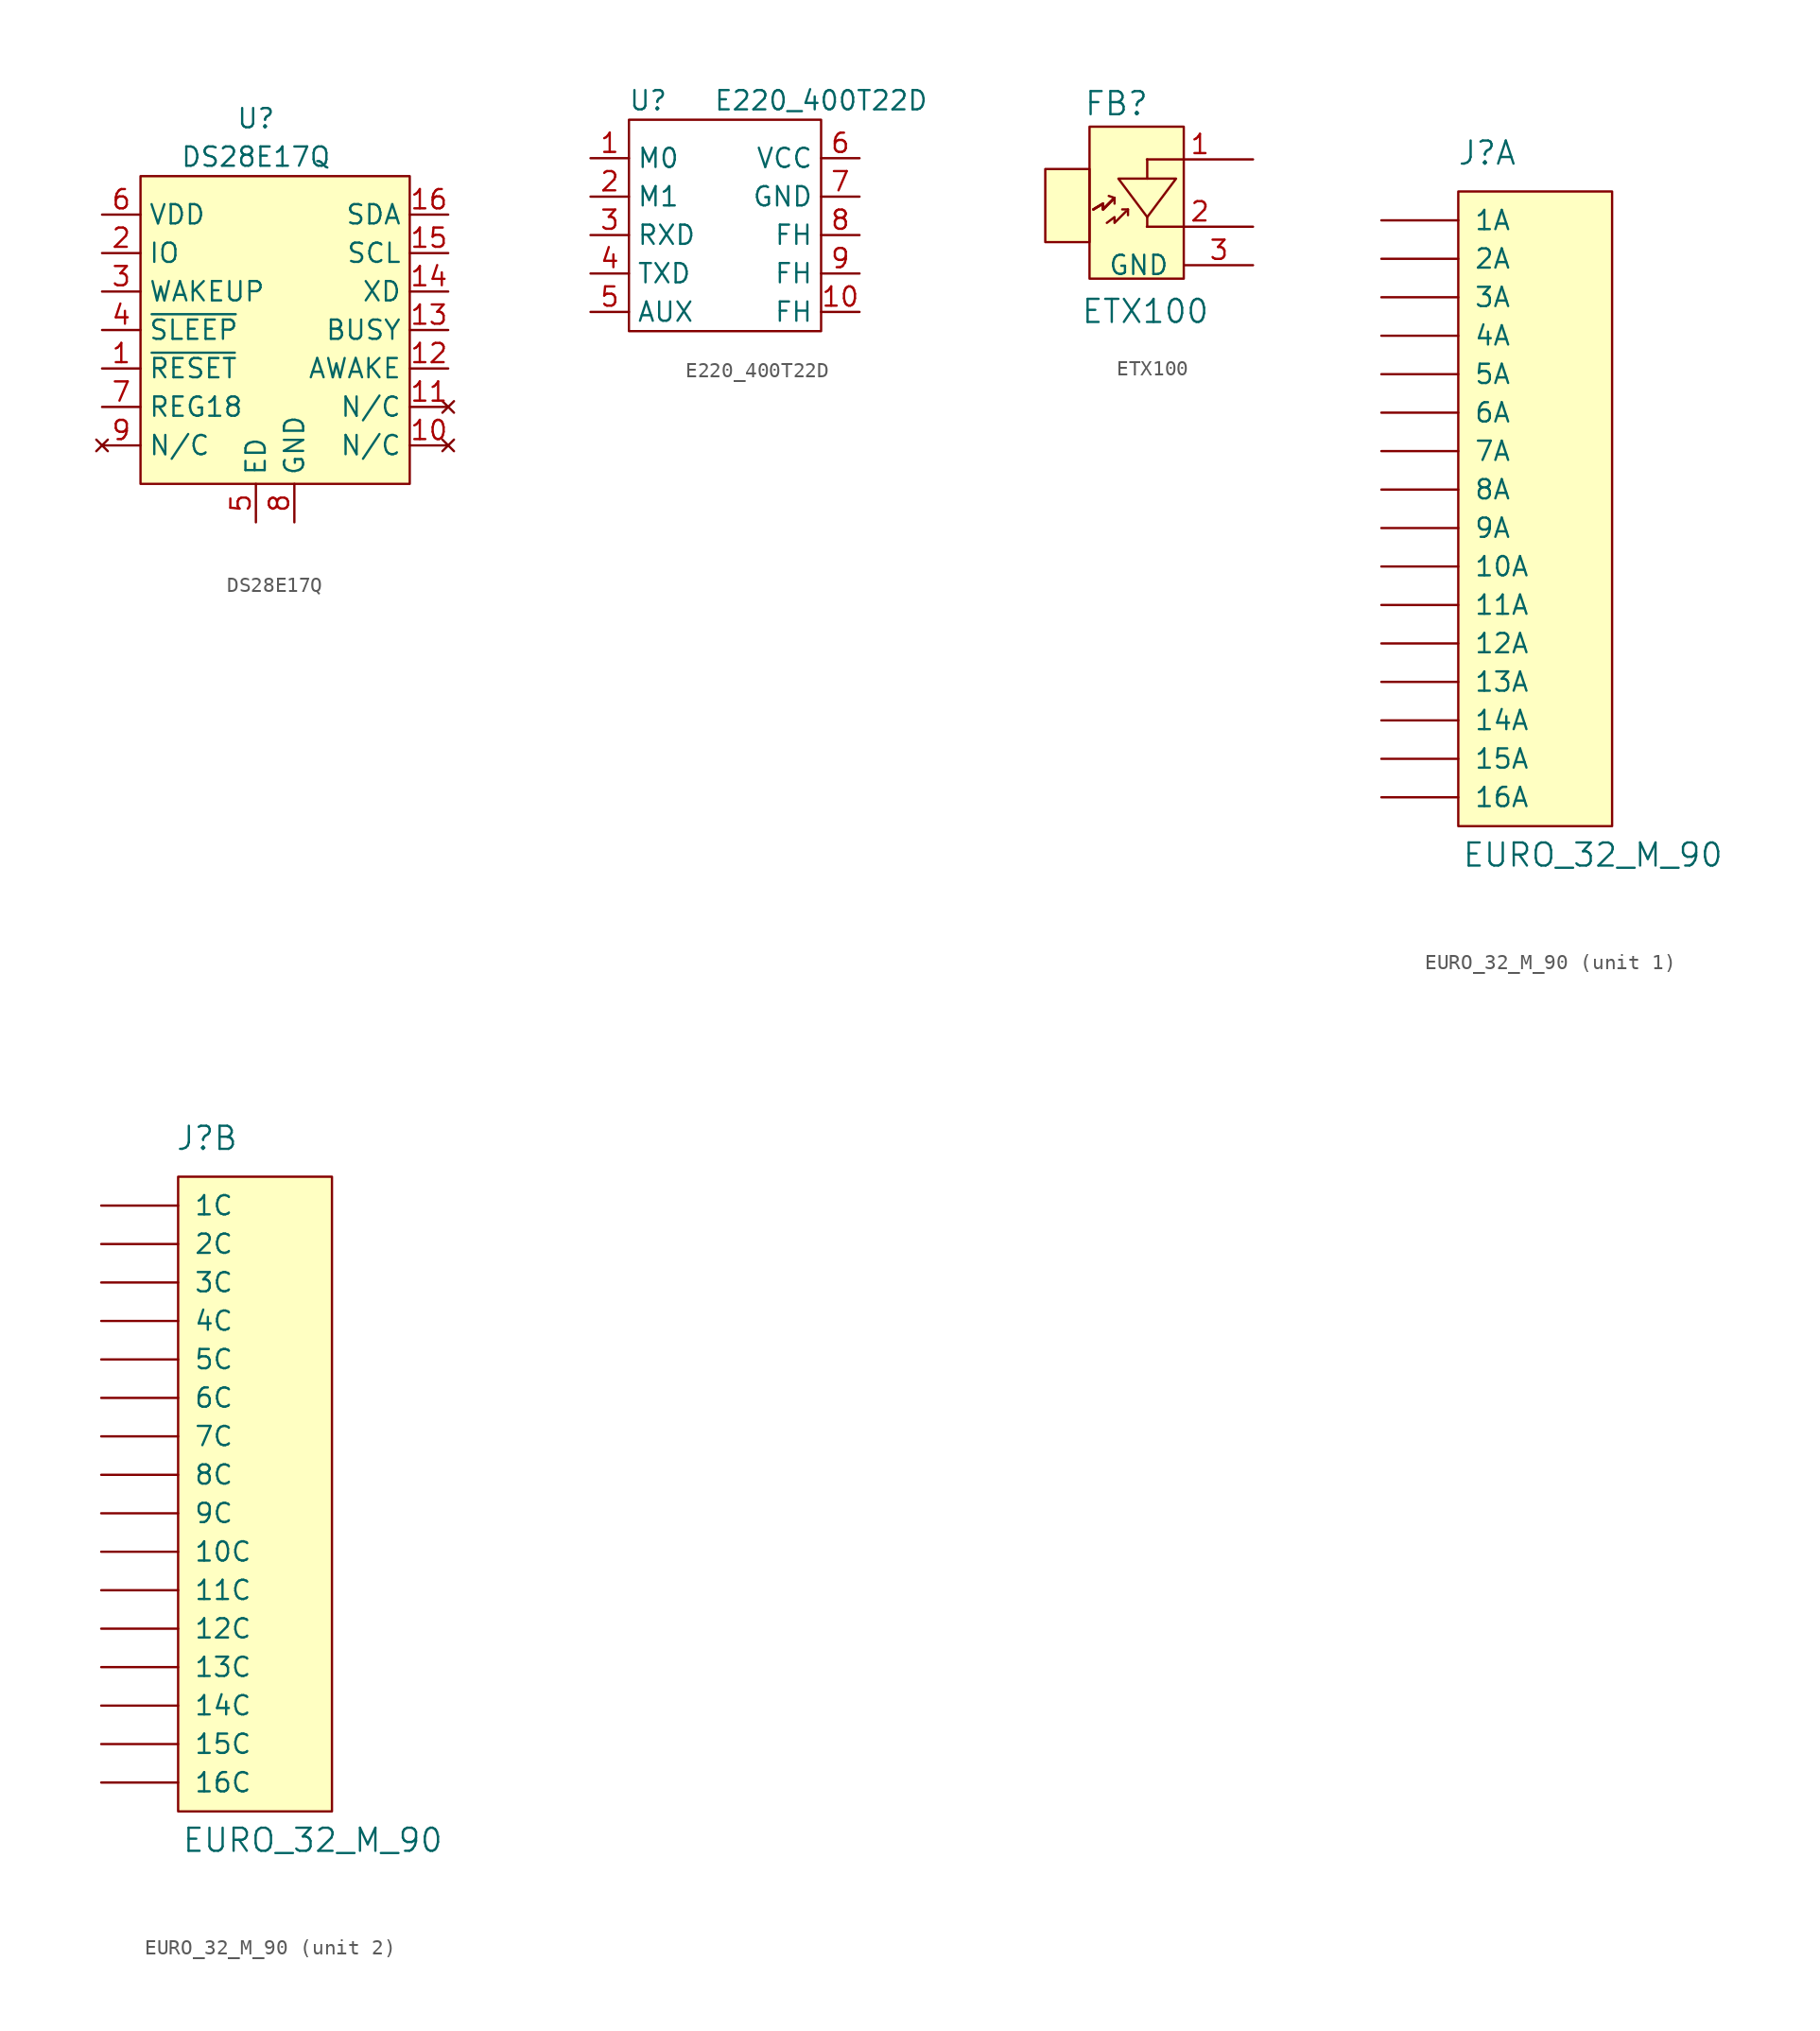
<source format=kicad_sym>
(kicad_symbol_lib
  (version 20220914)
  (generator kicad_symbol_editor)
  (symbol "DS28E17Q"
    (property "Reference" "U"
      (at 7.62 24.13 0)
      (effects (font (size 1.27 1.27))))
    (property "Value" "DS28E17Q"
      (at 7.62 21.59 0)
      (effects (font (size 1.27 1.27))))
    (symbol "DS28E17Q_0_1"
      (rectangle (start 0 20.32) (end 17.78 0) (stroke (width 0) (type default)) (fill (type background))))
    (symbol "DS28E17Q_1_1"
      (pin input line (at -2.54 7.62 0) (length 2.54) (name "~{RESET}" (effects (font (size 1.27 1.27)))) (number "1" (effects (font (size 1.27 1.27)))))
      (pin no_connect line (at 20.32 2.54 180) (length 2.54) (name "N/C" (effects (font (size 1.27 1.27)))) (number "10" (effects (font (size 1.27 1.27)))))
      (pin no_connect line (at 20.32 5.08 180) (length 2.54) (name "N/C" (effects (font (size 1.27 1.27)))) (number "11" (effects (font (size 1.27 1.27)))))
      (pin output line (at 20.32 7.62 180) (length 2.54) (name "AWAKE" (effects (font (size 1.27 1.27)))) (number "12" (effects (font (size 1.27 1.27)))))
      (pin output line (at 20.32 10.16 180) (length 2.54) (name "BUSY" (effects (font (size 1.27 1.27)))) (number "13" (effects (font (size 1.27 1.27)))))
      (pin output line (at 20.32 12.7 180) (length 2.54) (name "XD" (effects (font (size 1.27 1.27)))) (number "14" (effects (font (size 1.27 1.27)))))
      (pin output line (at 20.32 15.24 180) (length 2.54) (name "SCL" (effects (font (size 1.27 1.27)))) (number "15" (effects (font (size 1.27 1.27)))))
      (pin bidirectional line (at 20.32 17.78 180) (length 2.54) (name "SDA" (effects (font (size 1.27 1.27)))) (number "16" (effects (font (size 1.27 1.27)))))
      (pin bidirectional line (at -2.54 15.24 0) (length 2.54) (name "IO" (effects (font (size 1.27 1.27)))) (number "2" (effects (font (size 1.27 1.27)))))
      (pin input line (at -2.54 12.7 0) (length 2.54) (name "WAKEUP" (effects (font (size 1.27 1.27)))) (number "3" (effects (font (size 1.27 1.27)))))
      (pin input line (at -2.54 10.16 0) (length 2.54) (name "~{SLEEP}" (effects (font (size 1.27 1.27)))) (number "4" (effects (font (size 1.27 1.27)))))
      (pin output line (at 7.62 -2.54 90) (length 2.54) (name "ED" (effects (font (size 1.27 1.27)))) (number "5" (effects (font (size 1.27 1.27)))))
      (pin power_in line (at -2.54 17.78 0) (length 2.54) (name "VDD" (effects (font (size 1.27 1.27)))) (number "6" (effects (font (size 1.27 1.27)))))
      (pin passive line (at -2.54 5.08 0) (length 2.54) (name "REG18" (effects (font (size 1.27 1.27)))) (number "7" (effects (font (size 1.27 1.27)))))
      (pin passive line (at 10.16 -2.54 90) (length 2.54) (name "GND" (effects (font (size 1.27 1.27)))) (number "8" (effects (font (size 1.27 1.27)))))
      (pin no_connect line (at -2.54 2.54 0) (length 2.54) (name "N/C" (effects (font (size 1.27 1.27)))) (number "9" (effects (font (size 1.27 1.27)))))))
  (symbol "E220_400T22D"
    (property "Reference" "U"
      (at 1.27 1.27 0)
      (effects (font (size 1.27 1.27))))
    (property "Value" "E220_400T22D"
      (at 12.7 1.27 0)
      (effects (font (size 1.27 1.27))))
    (symbol "E220_400T22D_0_1"
      (rectangle (start 0 0) (end 12.7 -13.97) (stroke (width 0) (type default)) (fill (type none))))
    (symbol "E220_400T22D_1_1"
      (pin input line (at -2.54 -2.54 0) (length 2.54) (name "M0" (effects (font (size 1.27 1.27)))) (number "1" (effects (font (size 1.27 1.27)))))
      (pin power_in line (at 15.24 -12.7 180) (length 2.54) (name "FH" (effects (font (size 1.27 1.27)))) (number "10" (effects (font (size 1.27 1.27)))))
      (pin input line (at -2.54 -5.08 0) (length 2.54) (name "M1" (effects (font (size 1.27 1.27)))) (number "2" (effects (font (size 1.27 1.27)))))
      (pin input line (at -2.54 -7.62 0) (length 2.54) (name "RXD" (effects (font (size 1.27 1.27)))) (number "3" (effects (font (size 1.27 1.27)))))
      (pin output line (at -2.54 -10.16 0) (length 2.54) (name "TXD" (effects (font (size 1.27 1.27)))) (number "4" (effects (font (size 1.27 1.27)))))
      (pin output line (at -2.54 -12.7 0) (length 2.54) (name "AUX" (effects (font (size 1.27 1.27)))) (number "5" (effects (font (size 1.27 1.27)))))
      (pin power_in line (at 15.24 -2.54 180) (length 2.54) (name "VCC" (effects (font (size 1.27 1.27)))) (number "6" (effects (font (size 1.27 1.27)))))
      (pin power_in line (at 15.24 -5.08 180) (length 2.54) (name "GND" (effects (font (size 1.27 1.27)))) (number "7" (effects (font (size 1.27 1.27)))))
      (pin power_in line (at 15.24 -7.62 180) (length 2.54) (name "FH" (effects (font (size 1.27 1.27)))) (number "8" (effects (font (size 1.27 1.27)))))
      (pin power_in line (at 15.24 -10.16 180) (length 2.54) (name "FH" (effects (font (size 1.27 1.27)))) (number "9" (effects (font (size 1.27 1.27)))))))
  (symbol "ETX100"
    (pin_names
      (offset 1.016))
    (property "Reference" "FB"
      (at -2.032 7.493 0)
      (effects (font (size 1.524 1.524))))
    (property "Value" "ETX100"
      (at -0.127 -6.223 0)
      (effects (font (size 1.524 1.524))))
    (property "Footprint" ""
      (at 0 0 0)
      (effects (font (size 1.524 1.524))))
    (property "Datasheet" ""
      (at 0 0 0)
      (effects (font (size 1.524 1.524))))
    (symbol "ETX100_0_1"
      (rectangle (start -3.81 3.175) (end -6.731 -1.651) (stroke (width 0) (type solid)) (fill (type background)))
      (rectangle (start -3.81 5.969) (end 2.413 -4.064) (stroke (width 0) (type solid)) (fill (type background)))
      (polyline (pts (xy -2.54 1.397) (xy -2.159 1.27)) (stroke (width 0) (type solid)) (fill (type none)))
      (polyline (pts (xy -2.159 1.27) (xy -2.159 0.889)) (stroke (width 0) (type solid)) (fill (type none)))
      (polyline (pts (xy -1.651 0.508) (xy -1.27 0.508)) (stroke (width 0) (type solid)) (fill (type none)))
      (polyline (pts (xy -1.27 0.508) (xy -1.27 0.127)) (stroke (width 0) (type solid)) (fill (type none)))
      (polyline (pts (xy 0 0) (xy 0 -0.635)) (stroke (width 0) (type solid)) (fill (type none)))
      (polyline (pts (xy 0 2.54) (xy 0 3.81) (xy 0 3.556)) (stroke (width 0) (type solid)) (fill (type none)))
      (polyline (pts (xy -3.556 0.508) (xy -2.921 0.889) (xy -2.921 0.508) (xy -2.159 1.27)) (stroke (width 0) (type solid)) (fill (type none)))
      (polyline (pts (xy -3.556 0.508) (xy -2.921 0.889) (xy -2.921 0.508) (xy -2.159 1.27)) (stroke (width 0) (type solid)) (fill (type none)))
      (polyline (pts (xy -3.556 0.508) (xy -2.921 0.889) (xy -2.921 0.508) (xy -2.159 1.27)) (stroke (width 0) (type solid)) (fill (type none)))
      (polyline (pts (xy -3.556 0.508) (xy -2.921 0.889) (xy -2.921 0.508) (xy -2.159 1.27)) (stroke (width 0) (type solid)) (fill (type none)))
      (polyline (pts (xy -2.667 -0.381) (xy -2.159 0) (xy -2.159 -0.381) (xy -1.397 0.381)) (stroke (width 0) (type solid)) (fill (type none)))
      (polyline (pts (xy -1.905 2.54) (xy 1.905 2.54) (xy 0 0) (xy -1.905 2.54)) (stroke (width 0) (type solid)) (fill (type none))))
    (symbol "ETX100_1_1"
      (pin passive line (at 6.985 3.81 180) (length 7.01) (name "~" (effects (font (size 1.27 1.27)))) (number "1" (effects (font (size 1.27 1.27)))))
      (pin passive line (at 6.985 -0.635 180) (length 7.01) (name "~" (effects (font (size 1.27 1.27)))) (number "2" (effects (font (size 1.27 1.27)))))
      (pin passive line (at 6.985 -3.175 180) (length 4.496) (name "GND" (effects (font (size 1.27 1.27)))) (number "3" (effects (font (size 1.27 1.27)))))))
  (symbol "EURO_32_M_90"
    (pin_names
      (offset 1.016))
    (property "Reference" "J"
      (at -9.525 23.495 0)
      (effects (font (size 1.524 1.524))))
    (property "Value" "EURO_32_M_90"
      (at -2.54 -22.86 0)
      (effects (font (size 1.524 1.524))))
    (property "Footprint" ""
      (at 0 0 0)
      (effects (font (size 1.524 1.524))))
    (property "Datasheet" ""
      (at 0 0 0)
      (effects (font (size 1.524 1.524))))
    (property "ki_locked" ""
      (at 0 0 0)
      (effects (font (size 1.27 1.27))))
    (symbol "EURO_32_M_90_0_1"
      (rectangle (start -11.43 20.955) (end -1.27 -20.955) (stroke (width 0) (type solid)) (fill (type background))))
    (symbol "EURO_32_M_90_1_1"
      (pin input line (at -16.51 -3.81 0) (length 5.08) (name "10A" (effects (font (size 1.27 1.27)))) (number "~" (effects (font (size 1.27 1.27)))))
      (pin input line (at -16.51 -6.35 0) (length 5.08) (name "11A" (effects (font (size 1.27 1.27)))) (number "~" (effects (font (size 1.27 1.27)))))
      (pin input line (at -16.51 -8.89 0) (length 5.08) (name "12A" (effects (font (size 1.27 1.27)))) (number "~" (effects (font (size 1.27 1.27)))))
      (pin input line (at -16.51 -11.43 0) (length 5.08) (name "13A" (effects (font (size 1.27 1.27)))) (number "~" (effects (font (size 1.27 1.27)))))
      (pin input line (at -16.51 -13.97 0) (length 5.08) (name "14A" (effects (font (size 1.27 1.27)))) (number "~" (effects (font (size 1.27 1.27)))))
      (pin input line (at -16.51 -16.51 0) (length 5.08) (name "15A" (effects (font (size 1.27 1.27)))) (number "~" (effects (font (size 1.27 1.27)))))
      (pin input line (at -16.51 -19.05 0) (length 5.08) (name "16A" (effects (font (size 1.27 1.27)))) (number "~" (effects (font (size 1.27 1.27)))))
      (pin input line (at -16.51 19.05 0) (length 5.08) (name "1A" (effects (font (size 1.27 1.27)))) (number "~" (effects (font (size 1.27 1.27)))))
      (pin input line (at -16.51 16.51 0) (length 5.08) (name "2A" (effects (font (size 1.27 1.27)))) (number "~" (effects (font (size 1.27 1.27)))))
      (pin input line (at -16.51 13.97 0) (length 5.08) (name "3A" (effects (font (size 1.27 1.27)))) (number "~" (effects (font (size 1.27 1.27)))))
      (pin input line (at -16.51 11.43 0) (length 5.08) (name "4A" (effects (font (size 1.27 1.27)))) (number "~" (effects (font (size 1.27 1.27)))))
      (pin input line (at -16.51 8.89 0) (length 5.08) (name "5A" (effects (font (size 1.27 1.27)))) (number "~" (effects (font (size 1.27 1.27)))))
      (pin input line (at -16.51 6.35 0) (length 5.08) (name "6A" (effects (font (size 1.27 1.27)))) (number "~" (effects (font (size 1.27 1.27)))))
      (pin input line (at -16.51 3.81 0) (length 5.08) (name "7A" (effects (font (size 1.27 1.27)))) (number "~" (effects (font (size 1.27 1.27)))))
      (pin input line (at -16.51 1.27 0) (length 5.08) (name "8A" (effects (font (size 1.27 1.27)))) (number "~" (effects (font (size 1.27 1.27)))))
      (pin input line (at -16.51 -1.27 0) (length 5.08) (name "9A" (effects (font (size 1.27 1.27)))) (number "~" (effects (font (size 1.27 1.27))))))
    (symbol "EURO_32_M_90_2_1"
      (pin input line (at -16.51 -3.81 0) (length 5.08) (name "10C" (effects (font (size 1.27 1.27)))) (number "~" (effects (font (size 1.27 1.27)))))
      (pin input line (at -16.51 -6.35 0) (length 5.08) (name "11C" (effects (font (size 1.27 1.27)))) (number "~" (effects (font (size 1.27 1.27)))))
      (pin input line (at -16.51 -8.89 0) (length 5.08) (name "12C" (effects (font (size 1.27 1.27)))) (number "~" (effects (font (size 1.27 1.27)))))
      (pin input line (at -16.51 -11.43 0) (length 5.08) (name "13C" (effects (font (size 1.27 1.27)))) (number "~" (effects (font (size 1.27 1.27)))))
      (pin input line (at -16.51 -13.97 0) (length 5.08) (name "14C" (effects (font (size 1.27 1.27)))) (number "~" (effects (font (size 1.27 1.27)))))
      (pin input line (at -16.51 -16.51 0) (length 5.08) (name "15C" (effects (font (size 1.27 1.27)))) (number "~" (effects (font (size 1.27 1.27)))))
      (pin input line (at -16.51 -19.05 0) (length 5.08) (name "16C" (effects (font (size 1.27 1.27)))) (number "~" (effects (font (size 1.27 1.27)))))
      (pin input line (at -16.51 19.05 0) (length 5.08) (name "1C" (effects (font (size 1.27 1.27)))) (number "~" (effects (font (size 1.27 1.27)))))
      (pin input line (at -16.51 16.51 0) (length 5.08) (name "2C" (effects (font (size 1.27 1.27)))) (number "~" (effects (font (size 1.27 1.27)))))
      (pin input line (at -16.51 13.97 0) (length 5.08) (name "3C" (effects (font (size 1.27 1.27)))) (number "~" (effects (font (size 1.27 1.27)))))
      (pin input line (at -16.51 11.43 0) (length 5.08) (name "4C" (effects (font (size 1.27 1.27)))) (number "~" (effects (font (size 1.27 1.27)))))
      (pin input line (at -16.51 8.89 0) (length 5.08) (name "5C" (effects (font (size 1.27 1.27)))) (number "~" (effects (font (size 1.27 1.27)))))
      (pin input line (at -16.51 6.35 0) (length 5.08) (name "6C" (effects (font (size 1.27 1.27)))) (number "~" (effects (font (size 1.27 1.27)))))
      (pin input line (at -16.51 3.81 0) (length 5.08) (name "7C" (effects (font (size 1.27 1.27)))) (number "~" (effects (font (size 1.27 1.27)))))
      (pin input line (at -16.51 1.27 0) (length 5.08) (name "8C" (effects (font (size 1.27 1.27)))) (number "~" (effects (font (size 1.27 1.27)))))
      (pin input line (at -16.51 -1.27 0) (length 5.08) (name "9C" (effects (font (size 1.27 1.27)))) (number "~" (effects (font (size 1.27 1.27))))))))
</source>
